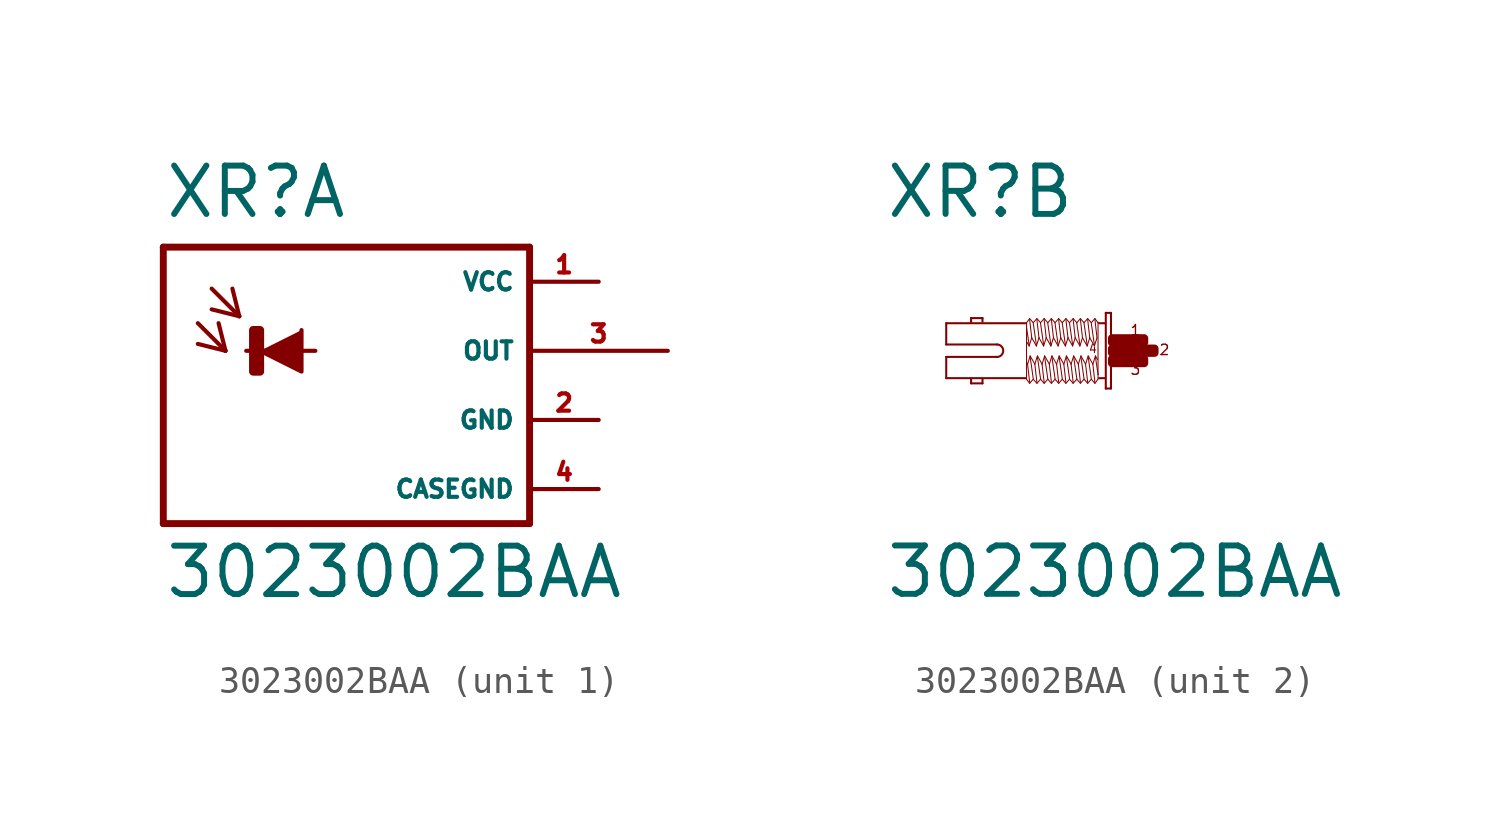
<source format=kicad_sym>
(kicad_symbol_lib
  (version 20220914)
  (generator Eagle2Kicad)
  (symbol "3023002BAA"
    (property "Reference" "XR"
      (at -8.382 4.801 0)
      (effects (font (size 1.778 1.778) (thickness 0.22)) (justify left bottom)))
    (property "Value" "3023002BAA"
      (at -8.382 -9.169 0)
      (effects (font (size 1.778 1.778) (thickness 0.22)) (justify left bottom)))
    (symbol "3023002BAA_1_0"
      (polyline (pts (xy -4.826 0) (xy -3.302 -0.762) (xy -3.302 0.762)) (stroke (width 0.152) (type default)) (fill (type outline)))
      (polyline (pts (xy -7.112 1.016) (xy -6.096 0)) (stroke (width 0.152) (type default)) (fill (type none)))
      (polyline (pts (xy -6.096 0) (xy -6.35 1.016)) (stroke (width 0.152) (type default)) (fill (type none)))
      (polyline (pts (xy -6.096 0) (xy -7.112 0.254)) (stroke (width 0.152) (type default)) (fill (type none)))
      (polyline (pts (xy -6.604 2.286) (xy -5.588 1.27)) (stroke (width 0.152) (type default)) (fill (type none)))
      (polyline (pts (xy -5.588 1.27) (xy -5.842 2.286)) (stroke (width 0.152) (type default)) (fill (type none)))
      (polyline (pts (xy -5.588 1.27) (xy -6.604 1.524)) (stroke (width 0.152) (type default)) (fill (type none)))
      (polyline (pts (xy 5.08 3.81) (xy 5.08 -6.35)) (stroke (width 0.254) (type default)) (fill (type none)))
      (polyline (pts (xy 5.08 -6.35) (xy -8.382 -6.35)) (stroke (width 0.254) (type default)) (fill (type none)))
      (polyline (pts (xy -8.382 -6.35) (xy -8.382 3.81)) (stroke (width 0.254) (type default)) (fill (type none)))
      (polyline (pts (xy -8.382 3.81) (xy 5.08 3.81)) (stroke (width 0.254) (type default)) (fill (type none)))
      (polyline (pts (xy -5.334 0) (xy -2.794 0)) (stroke (width 0.152) (type default)) (fill (type none)))
      (rectangle (start -5.08 -0.762) (end -4.826 0.762) (stroke (width 0.3) (type default)) (fill (type outline)))
      (pin unspecified line (at 7.62 2.54 180) (length 2.54) (name "VCC" (effects (font (size 0.635 0.635) (thickness 0.08)) (justify left bottom))) (number "1" (effects (font (size 0.635 0.635) (thickness 0.08)) (justify left bottom))))
      (pin unspecified line (at 7.62 -2.54 180) (length 2.54) (name "GND" (effects (font (size 0.635 0.635) (thickness 0.08)) (justify left bottom))) (number "2" (effects (font (size 0.635 0.635) (thickness 0.08)) (justify left bottom))))
      (pin output line (at 10.16 0 180) (length 5.08) (name "OUT" (effects (font (size 0.635 0.635) (thickness 0.08)) (justify left bottom))) (number "3" (effects (font (size 0.635 0.635) (thickness 0.08)) (justify left bottom))))
      (pin unspecified line (at 7.62 -5.08 180) (length 2.54) (name "CASEGND" (effects (font (size 0.635 0.635) (thickness 0.08)) (justify left bottom))) (number "4" (effects (font (size 0.635 0.635) (thickness 0.08)) (justify left bottom)))))
    (symbol "3023002BAA_2_0"
      (polyline (pts (xy -0.038 1.391) (xy -0.038 -1.391)) (stroke (width 0.076) (type default)) (fill (type none)))
      (polyline (pts (xy -0.038 -1.391) (xy -0.229 -1.391)) (stroke (width 0.076) (type default)) (fill (type none)))
      (polyline (pts (xy -0.229 -1.391) (xy -0.229 1.391)) (stroke (width 0.076) (type default)) (fill (type none)))
      (polyline (pts (xy -0.229 1.391) (xy -0.038 1.391)) (stroke (width 0.076) (type default)) (fill (type none)))
      (polyline (pts (xy -0.267 1.01) (xy -0.476 1.01)) (stroke (width 0.076) (type default)) (fill (type none)))
      (polyline (pts (xy -0.267 -1.01) (xy -0.476 -1.01)) (stroke (width 0.076) (type default)) (fill (type none)))
      (polyline (pts (xy -3.181 -1.01) (xy -6.096 -1.01)) (stroke (width 0.076) (type default)) (fill (type none)))
      (polyline (pts (xy -6.096 -1.01) (xy -6.096 -0.229)) (stroke (width 0.076) (type default)) (fill (type none)))
      (polyline (pts (xy -6.096 -0.229) (xy -4.229 -0.229)) (stroke (width 0.076) (type default)) (fill (type none)))
      (polyline (pts (xy -4.229 0.229) (xy -6.096 0.229)) (stroke (width 0.076) (type default)) (fill (type none)))
      (polyline (pts (xy -6.096 0.229) (xy -6.096 1.01)) (stroke (width 0.076) (type default)) (fill (type none)))
      (polyline (pts (xy -6.096 1.01) (xy -3.181 1.01)) (stroke (width 0.076) (type default)) (fill (type none)))
      (polyline (pts (xy -4.763 -1.029) (xy -4.763 -1.2)) (stroke (width 0.076) (type default)) (fill (type none)))
      (polyline (pts (xy -4.763 -1.2) (xy -5.182 -1.2)) (stroke (width 0.076) (type default)) (fill (type none)))
      (polyline (pts (xy -5.182 -1.2) (xy -5.182 -1.048)) (stroke (width 0.076) (type default)) (fill (type none)))
      (polyline (pts (xy -4.763 1.067) (xy -4.763 1.2)) (stroke (width 0.076) (type default)) (fill (type none)))
      (polyline (pts (xy -4.763 1.2) (xy -5.182 1.2)) (stroke (width 0.076) (type default)) (fill (type none)))
      (polyline (pts (xy -5.182 1.2) (xy -5.182 1.048)) (stroke (width 0.076) (type default)) (fill (type none)))
      (polyline (pts (xy -0.514 -1.048) (xy -0.629 -1.2)) (stroke (width 0.038) (type default)) (fill (type none)))
      (polyline (pts (xy -0.629 -1.2) (xy -0.762 -1.048)) (stroke (width 0.038) (type default)) (fill (type none)))
      (polyline (pts (xy -0.762 -1.048) (xy -0.895 -1.2)) (stroke (width 0.038) (type default)) (fill (type none)))
      (polyline (pts (xy -0.895 -1.2) (xy -1.029 -1.048)) (stroke (width 0.038) (type default)) (fill (type none)))
      (polyline (pts (xy -1.029 -1.048) (xy -1.162 -1.2)) (stroke (width 0.038) (type default)) (fill (type none)))
      (polyline (pts (xy -1.162 -1.2) (xy -1.295 -1.048)) (stroke (width 0.038) (type default)) (fill (type none)))
      (polyline (pts (xy -1.295 -1.048) (xy -1.429 -1.2)) (stroke (width 0.038) (type default)) (fill (type none)))
      (polyline (pts (xy -1.429 -1.2) (xy -1.562 -1.048)) (stroke (width 0.038) (type default)) (fill (type none)))
      (polyline (pts (xy -1.562 -1.048) (xy -1.696 -1.2)) (stroke (width 0.038) (type default)) (fill (type none)))
      (polyline (pts (xy -1.696 -1.2) (xy -1.829 -1.048)) (stroke (width 0.038) (type default)) (fill (type none)))
      (polyline (pts (xy -1.829 -1.048) (xy -1.962 -1.2)) (stroke (width 0.038) (type default)) (fill (type none)))
      (polyline (pts (xy -1.962 -1.2) (xy -2.095 -1.048)) (stroke (width 0.038) (type default)) (fill (type none)))
      (polyline (pts (xy -2.095 -1.048) (xy -2.229 -1.2)) (stroke (width 0.038) (type default)) (fill (type none)))
      (polyline (pts (xy -2.229 -1.2) (xy -2.362 -1.048)) (stroke (width 0.038) (type default)) (fill (type none)))
      (polyline (pts (xy -2.362 -1.048) (xy -2.496 -1.2)) (stroke (width 0.038) (type default)) (fill (type none)))
      (polyline (pts (xy -2.496 -1.2) (xy -2.629 -1.048)) (stroke (width 0.038) (type default)) (fill (type none)))
      (polyline (pts (xy -2.629 -1.048) (xy -2.762 -1.2)) (stroke (width 0.038) (type default)) (fill (type none)))
      (polyline (pts (xy -2.762 -1.2) (xy -2.896 -1.048)) (stroke (width 0.038) (type default)) (fill (type none)))
      (polyline (pts (xy -2.896 -1.048) (xy -3.029 -1.2)) (stroke (width 0.038) (type default)) (fill (type none)))
      (polyline (pts (xy -3.029 -1.2) (xy -3.143 -1.048)) (stroke (width 0.038) (type default)) (fill (type none)))
      (polyline (pts (xy -3.143 -1.048) (xy -3.143 -0.419)) (stroke (width 0.038) (type default)) (fill (type none)))
      (polyline (pts (xy -3.143 -0.419) (xy -3.143 0.857)) (stroke (width 0.038) (type default)) (fill (type none)))
      (polyline (pts (xy -3.143 0.857) (xy -3.143 1.029)) (stroke (width 0.038) (type default)) (fill (type none)))
      (polyline (pts (xy -0.514 1.048) (xy -0.514 1.029)) (stroke (width 0.038) (type default)) (fill (type none)))
      (polyline (pts (xy -0.514 1.029) (xy -0.514 -0.876)) (stroke (width 0.038) (type default)) (fill (type none)))
      (polyline (pts (xy -0.514 -0.876) (xy -0.514 -1.029)) (stroke (width 0.038) (type default)) (fill (type none)))
      (polyline (pts (xy -0.533 -0.324) (xy -0.61 -0.191)) (stroke (width 0.038) (type default)) (fill (type none)))
      (polyline (pts (xy -0.61 -0.191) (xy -0.705 -0.495)) (stroke (width 0.038) (type default)) (fill (type none)))
      (polyline (pts (xy -0.705 -0.495) (xy -0.876 -0.191)) (stroke (width 0.038) (type default)) (fill (type none)))
      (polyline (pts (xy -0.876 -0.191) (xy -0.972 -0.495)) (stroke (width 0.038) (type default)) (fill (type none)))
      (polyline (pts (xy -0.972 -0.495) (xy -1.143 -0.191)) (stroke (width 0.038) (type default)) (fill (type none)))
      (polyline (pts (xy -1.143 -0.191) (xy -1.238 -0.495)) (stroke (width 0.038) (type default)) (fill (type none)))
      (polyline (pts (xy -1.238 -0.495) (xy -1.41 -0.191)) (stroke (width 0.038) (type default)) (fill (type none)))
      (polyline (pts (xy -1.41 -0.191) (xy -1.505 -0.495)) (stroke (width 0.038) (type default)) (fill (type none)))
      (polyline (pts (xy -1.505 -0.495) (xy -1.676 -0.191)) (stroke (width 0.038) (type default)) (fill (type none)))
      (polyline (pts (xy -1.676 -0.191) (xy -1.772 -0.495)) (stroke (width 0.038) (type default)) (fill (type none)))
      (polyline (pts (xy -1.772 -0.495) (xy -1.943 -0.191)) (stroke (width 0.038) (type default)) (fill (type none)))
      (polyline (pts (xy -1.943 -0.191) (xy -2.038 -0.495)) (stroke (width 0.038) (type default)) (fill (type none)))
      (polyline (pts (xy -2.038 -0.495) (xy -2.21 -0.191)) (stroke (width 0.038) (type default)) (fill (type none)))
      (polyline (pts (xy -2.21 -0.191) (xy -2.305 -0.495)) (stroke (width 0.038) (type default)) (fill (type none)))
      (polyline (pts (xy -2.305 -0.495) (xy -2.477 -0.191)) (stroke (width 0.038) (type default)) (fill (type none)))
      (polyline (pts (xy -2.477 -0.191) (xy -2.572 -0.495)) (stroke (width 0.038) (type default)) (fill (type none)))
      (polyline (pts (xy -2.572 -0.495) (xy -2.743 -0.191)) (stroke (width 0.038) (type default)) (fill (type none)))
      (polyline (pts (xy -2.743 -0.191) (xy -2.838 -0.495)) (stroke (width 0.038) (type default)) (fill (type none)))
      (polyline (pts (xy -2.838 -0.495) (xy -3.01 -0.191)) (stroke (width 0.038) (type default)) (fill (type none)))
      (polyline (pts (xy -3.01 -0.191) (xy -3.105 -0.495)) (stroke (width 0.038) (type default)) (fill (type none)))
      (polyline (pts (xy -3.105 -0.495) (xy -3.143 -0.419)) (stroke (width 0.038) (type default)) (fill (type none)))
      (polyline (pts (xy -3.029 -1.162) (xy -3.105 -0.495)) (stroke (width 0.038) (type default)) (fill (type none)))
      (polyline (pts (xy -2.896 -1.029) (xy -3.01 -0.229)) (stroke (width 0.038) (type default)) (fill (type none)))
      (polyline (pts (xy -2.762 -1.162) (xy -2.838 -0.495)) (stroke (width 0.038) (type default)) (fill (type none)))
      (polyline (pts (xy -2.629 -1.029) (xy -2.743 -0.229)) (stroke (width 0.038) (type default)) (fill (type none)))
      (polyline (pts (xy -2.496 -1.162) (xy -2.572 -0.495)) (stroke (width 0.038) (type default)) (fill (type none)))
      (polyline (pts (xy -2.362 -1.029) (xy -2.477 -0.229)) (stroke (width 0.038) (type default)) (fill (type none)))
      (polyline (pts (xy -2.229 -1.162) (xy -2.305 -0.495)) (stroke (width 0.038) (type default)) (fill (type none)))
      (polyline (pts (xy -2.095 -1.029) (xy -2.21 -0.229)) (stroke (width 0.038) (type default)) (fill (type none)))
      (polyline (pts (xy -1.962 -1.162) (xy -2.038 -0.495)) (stroke (width 0.038) (type default)) (fill (type none)))
      (polyline (pts (xy -1.829 -1.029) (xy -1.943 -0.229)) (stroke (width 0.038) (type default)) (fill (type none)))
      (polyline (pts (xy -1.696 -1.162) (xy -1.772 -0.495)) (stroke (width 0.038) (type default)) (fill (type none)))
      (polyline (pts (xy -1.562 -1.029) (xy -1.676 -0.229)) (stroke (width 0.038) (type default)) (fill (type none)))
      (polyline (pts (xy -1.429 -1.162) (xy -1.505 -0.495)) (stroke (width 0.038) (type default)) (fill (type none)))
      (polyline (pts (xy -1.295 -1.029) (xy -1.41 -0.229)) (stroke (width 0.038) (type default)) (fill (type none)))
      (polyline (pts (xy -1.162 -1.162) (xy -1.238 -0.495)) (stroke (width 0.038) (type default)) (fill (type none)))
      (polyline (pts (xy -1.029 -1.029) (xy -1.143 -0.229)) (stroke (width 0.038) (type default)) (fill (type none)))
      (polyline (pts (xy -0.895 -1.162) (xy -0.972 -0.495)) (stroke (width 0.038) (type default)) (fill (type none)))
      (polyline (pts (xy -0.762 -1.029) (xy -0.876 -0.229)) (stroke (width 0.038) (type default)) (fill (type none)))
      (polyline (pts (xy -0.629 -1.162) (xy -0.705 -0.495)) (stroke (width 0.038) (type default)) (fill (type none)))
      (polyline (pts (xy -0.514 -0.876) (xy -0.61 -0.229)) (stroke (width 0.038) (type default)) (fill (type none)))
      (polyline (pts (xy -3.143 1.029) (xy -3.029 1.181)) (stroke (width 0.038) (type default)) (fill (type none)))
      (polyline (pts (xy -3.029 1.181) (xy -2.896 1.029)) (stroke (width 0.038) (type default)) (fill (type none)))
      (polyline (pts (xy -2.896 1.029) (xy -2.762 1.181)) (stroke (width 0.038) (type default)) (fill (type none)))
      (polyline (pts (xy -2.762 1.181) (xy -2.629 1.029)) (stroke (width 0.038) (type default)) (fill (type none)))
      (polyline (pts (xy -2.629 1.029) (xy -2.496 1.181)) (stroke (width 0.038) (type default)) (fill (type none)))
      (polyline (pts (xy -2.496 1.181) (xy -2.362 1.029)) (stroke (width 0.038) (type default)) (fill (type none)))
      (polyline (pts (xy -2.362 1.029) (xy -2.229 1.181)) (stroke (width 0.038) (type default)) (fill (type none)))
      (polyline (pts (xy -2.229 1.181) (xy -2.095 1.029)) (stroke (width 0.038) (type default)) (fill (type none)))
      (polyline (pts (xy -2.095 1.029) (xy -1.962 1.181)) (stroke (width 0.038) (type default)) (fill (type none)))
      (polyline (pts (xy -1.962 1.181) (xy -1.829 1.029)) (stroke (width 0.038) (type default)) (fill (type none)))
      (polyline (pts (xy -1.829 1.029) (xy -1.696 1.181)) (stroke (width 0.038) (type default)) (fill (type none)))
      (polyline (pts (xy -1.696 1.181) (xy -1.562 1.029)) (stroke (width 0.038) (type default)) (fill (type none)))
      (polyline (pts (xy -1.562 1.029) (xy -1.429 1.181)) (stroke (width 0.038) (type default)) (fill (type none)))
      (polyline (pts (xy -1.429 1.181) (xy -1.295 1.029)) (stroke (width 0.038) (type default)) (fill (type none)))
      (polyline (pts (xy -1.295 1.029) (xy -1.162 1.181)) (stroke (width 0.038) (type default)) (fill (type none)))
      (polyline (pts (xy -1.162 1.181) (xy -1.029 1.029)) (stroke (width 0.038) (type default)) (fill (type none)))
      (polyline (pts (xy -1.029 1.029) (xy -0.895 1.181)) (stroke (width 0.038) (type default)) (fill (type none)))
      (polyline (pts (xy -0.895 1.181) (xy -0.762 1.029)) (stroke (width 0.038) (type default)) (fill (type none)))
      (polyline (pts (xy -0.762 1.029) (xy -0.629 1.181)) (stroke (width 0.038) (type default)) (fill (type none)))
      (polyline (pts (xy -0.629 1.181) (xy -0.514 1.029)) (stroke (width 0.038) (type default)) (fill (type none)))
      (polyline (pts (xy -3.124 0.305) (xy -3.048 0.172)) (stroke (width 0.038) (type default)) (fill (type none)))
      (polyline (pts (xy -3.048 0.172) (xy -2.953 0.476)) (stroke (width 0.038) (type default)) (fill (type none)))
      (polyline (pts (xy -2.953 0.476) (xy -2.781 0.172)) (stroke (width 0.038) (type default)) (fill (type none)))
      (polyline (pts (xy -2.781 0.172) (xy -2.686 0.476)) (stroke (width 0.038) (type default)) (fill (type none)))
      (polyline (pts (xy -2.686 0.476) (xy -2.515 0.172)) (stroke (width 0.038) (type default)) (fill (type none)))
      (polyline (pts (xy -2.515 0.172) (xy -2.419 0.476)) (stroke (width 0.038) (type default)) (fill (type none)))
      (polyline (pts (xy -2.419 0.476) (xy -2.248 0.172)) (stroke (width 0.038) (type default)) (fill (type none)))
      (polyline (pts (xy -2.248 0.172) (xy -2.153 0.476)) (stroke (width 0.038) (type default)) (fill (type none)))
      (polyline (pts (xy -2.153 0.476) (xy -1.981 0.172)) (stroke (width 0.038) (type default)) (fill (type none)))
      (polyline (pts (xy -1.981 0.172) (xy -1.886 0.476)) (stroke (width 0.038) (type default)) (fill (type none)))
      (polyline (pts (xy -1.886 0.476) (xy -1.714 0.172)) (stroke (width 0.038) (type default)) (fill (type none)))
      (polyline (pts (xy -1.714 0.172) (xy -1.619 0.476)) (stroke (width 0.038) (type default)) (fill (type none)))
      (polyline (pts (xy -1.619 0.476) (xy -1.448 0.172)) (stroke (width 0.038) (type default)) (fill (type none)))
      (polyline (pts (xy -1.448 0.172) (xy -1.353 0.476)) (stroke (width 0.038) (type default)) (fill (type none)))
      (polyline (pts (xy -1.353 0.476) (xy -1.181 0.172)) (stroke (width 0.038) (type default)) (fill (type none)))
      (polyline (pts (xy -1.181 0.172) (xy -1.086 0.476)) (stroke (width 0.038) (type default)) (fill (type none)))
      (polyline (pts (xy -1.086 0.476) (xy -0.914 0.172)) (stroke (width 0.038) (type default)) (fill (type none)))
      (polyline (pts (xy -0.914 0.172) (xy -0.819 0.476)) (stroke (width 0.038) (type default)) (fill (type none)))
      (polyline (pts (xy -0.819 0.476) (xy -0.648 0.172)) (stroke (width 0.038) (type default)) (fill (type none)))
      (polyline (pts (xy -0.648 0.172) (xy -0.552 0.476)) (stroke (width 0.038) (type default)) (fill (type none)))
      (polyline (pts (xy -0.629 1.143) (xy -0.552 0.476)) (stroke (width 0.038) (type default)) (fill (type none)))
      (polyline (pts (xy -0.762 1.01) (xy -0.648 0.21)) (stroke (width 0.038) (type default)) (fill (type none)))
      (polyline (pts (xy -0.895 1.143) (xy -0.819 0.476)) (stroke (width 0.038) (type default)) (fill (type none)))
      (polyline (pts (xy -1.029 1.01) (xy -0.914 0.21)) (stroke (width 0.038) (type default)) (fill (type none)))
      (polyline (pts (xy -1.162 1.143) (xy -1.086 0.476)) (stroke (width 0.038) (type default)) (fill (type none)))
      (polyline (pts (xy -1.295 1.01) (xy -1.181 0.21)) (stroke (width 0.038) (type default)) (fill (type none)))
      (polyline (pts (xy -1.429 1.143) (xy -1.353 0.476)) (stroke (width 0.038) (type default)) (fill (type none)))
      (polyline (pts (xy -1.562 1.01) (xy -1.448 0.21)) (stroke (width 0.038) (type default)) (fill (type none)))
      (polyline (pts (xy -1.696 1.143) (xy -1.619 0.476)) (stroke (width 0.038) (type default)) (fill (type none)))
      (polyline (pts (xy -1.829 1.01) (xy -1.714 0.21)) (stroke (width 0.038) (type default)) (fill (type none)))
      (polyline (pts (xy -1.962 1.143) (xy -1.886 0.476)) (stroke (width 0.038) (type default)) (fill (type none)))
      (polyline (pts (xy -2.095 1.01) (xy -1.981 0.21)) (stroke (width 0.038) (type default)) (fill (type none)))
      (polyline (pts (xy -2.229 1.143) (xy -2.153 0.476)) (stroke (width 0.038) (type default)) (fill (type none)))
      (polyline (pts (xy -2.362 1.01) (xy -2.248 0.21)) (stroke (width 0.038) (type default)) (fill (type none)))
      (polyline (pts (xy -2.496 1.143) (xy -2.419 0.476)) (stroke (width 0.038) (type default)) (fill (type none)))
      (polyline (pts (xy -2.629 1.01) (xy -2.515 0.21)) (stroke (width 0.038) (type default)) (fill (type none)))
      (polyline (pts (xy -2.762 1.143) (xy -2.686 0.476)) (stroke (width 0.038) (type default)) (fill (type none)))
      (polyline (pts (xy -2.896 1.01) (xy -2.781 0.21)) (stroke (width 0.038) (type default)) (fill (type none)))
      (polyline (pts (xy -3.029 1.143) (xy -2.953 0.476)) (stroke (width 0.038) (type default)) (fill (type none)))
      (polyline (pts (xy -3.143 0.857) (xy -3.048 0.21)) (stroke (width 0.038) (type default)) (fill (type none)))
      (arc (start -4.2291 -0.2286) (mid -4.001 0.000) (end -4.2291 0.2286) (stroke (width 0.0762) (type default)) (fill (type none)))
      (text "1" (at 0.648 0.533 0) (effects (font (size 0.381 0.381) (thickness 0.05)) (justify left bottom)))
      (text "3" (at 0.648 -0.914 0) (effects (font (size 0.381 0.381) (thickness 0.05)) (justify left bottom)))
      (text "2" (at 1.714 -0.191 0) (effects (font (size 0.381 0.381) (thickness 0.05)) (justify left bottom)))
      (text "4" (at -0.876 -0.114 0) (effects (font (size 0.305 0.305) (thickness 0.04)) (justify left bottom)))
      (rectangle (start 0.762 -0.076) (end 1.562 0.076) (stroke (width 0.3) (type default)) (fill (type outline)))
      (rectangle (start 0 -0.076) (end 0.495 0.076) (stroke (width 0.3) (type default)) (fill (type outline)))
      (rectangle (start 0 0.305) (end 0.876 0.457) (stroke (width 0.3) (type default)) (fill (type outline)))
      (rectangle (start 0 -0.457) (end 0.876 -0.305) (stroke (width 0.3) (type default)) (fill (type outline)))
      (rectangle (start 0.838 -0.457) (end 1.181 -0.305) (stroke (width 0.3) (type default)) (fill (type outline)))
      (rectangle (start 0.457 -0.076) (end 0.8 0.076) (stroke (width 0.3) (type default)) (fill (type outline)))
      (rectangle (start 0.838 0.305) (end 1.181 0.457) (stroke (width 0.3) (type default)) (fill (type outline))))))
</source>
